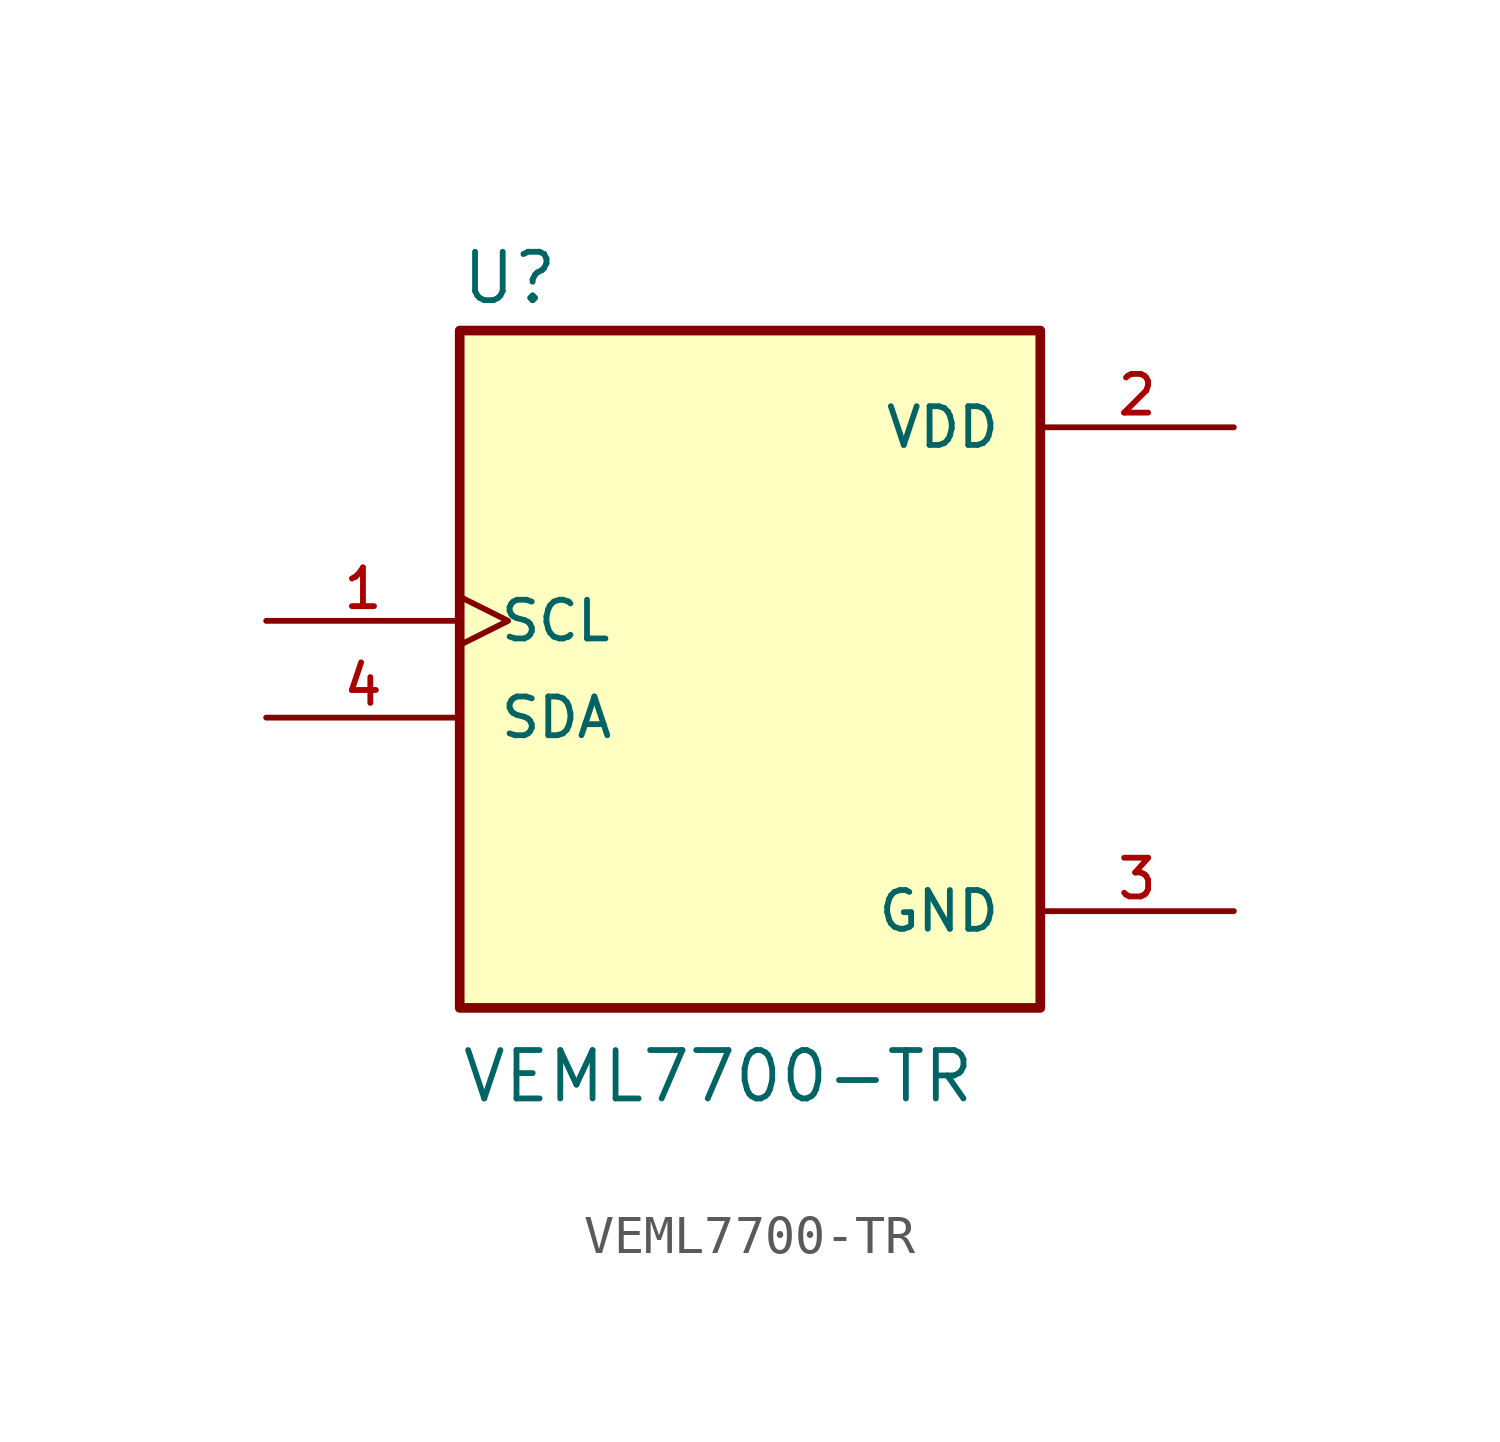
<source format=kicad_sym>
(kicad_symbol_lib
  (version 20231120)
  (generator "kicad_symbol_editor")
  (generator_version "8.0")
  (symbol "VEML7700-TR"
    (pin_names
      (offset 1.016))
    (property "Reference" "U"
      (at -7.62 10.795 0)
      (effects (font (size 1.27 1.27)) (justify left bottom)))
    (property "Value" "VEML7700-TR"
      (at -7.62 -10.16 0)
      (effects (font (size 1.27 1.27)) (justify left bottom)))
    (symbol "VEML7700-TR_0_0"
      (rectangle (start -7.62 10.16) (end 7.62 -7.62) (stroke (width 0.254) (type default)) (fill (type background)))
      (pin input clock (at -12.7 2.54 0) (length 5.08) (name "SCL" (effects (font (size 1.016 1.016)))) (number "1" (effects (font (size 1.016 1.016)))))
      (pin power_in line (at 12.7 7.62 180) (length 5.08) (name "VDD" (effects (font (size 1.016 1.016)))) (number "2" (effects (font (size 1.016 1.016)))))
      (pin power_in line (at 12.7 -5.08 180) (length 5.08) (name "GND" (effects (font (size 1.016 1.016)))) (number "3" (effects (font (size 1.016 1.016)))))
      (pin bidirectional line (at -12.7 0 0) (length 5.08) (name "SDA" (effects (font (size 1.016 1.016)))) (number "4" (effects (font (size 1.016 1.016))))))))
</source>
